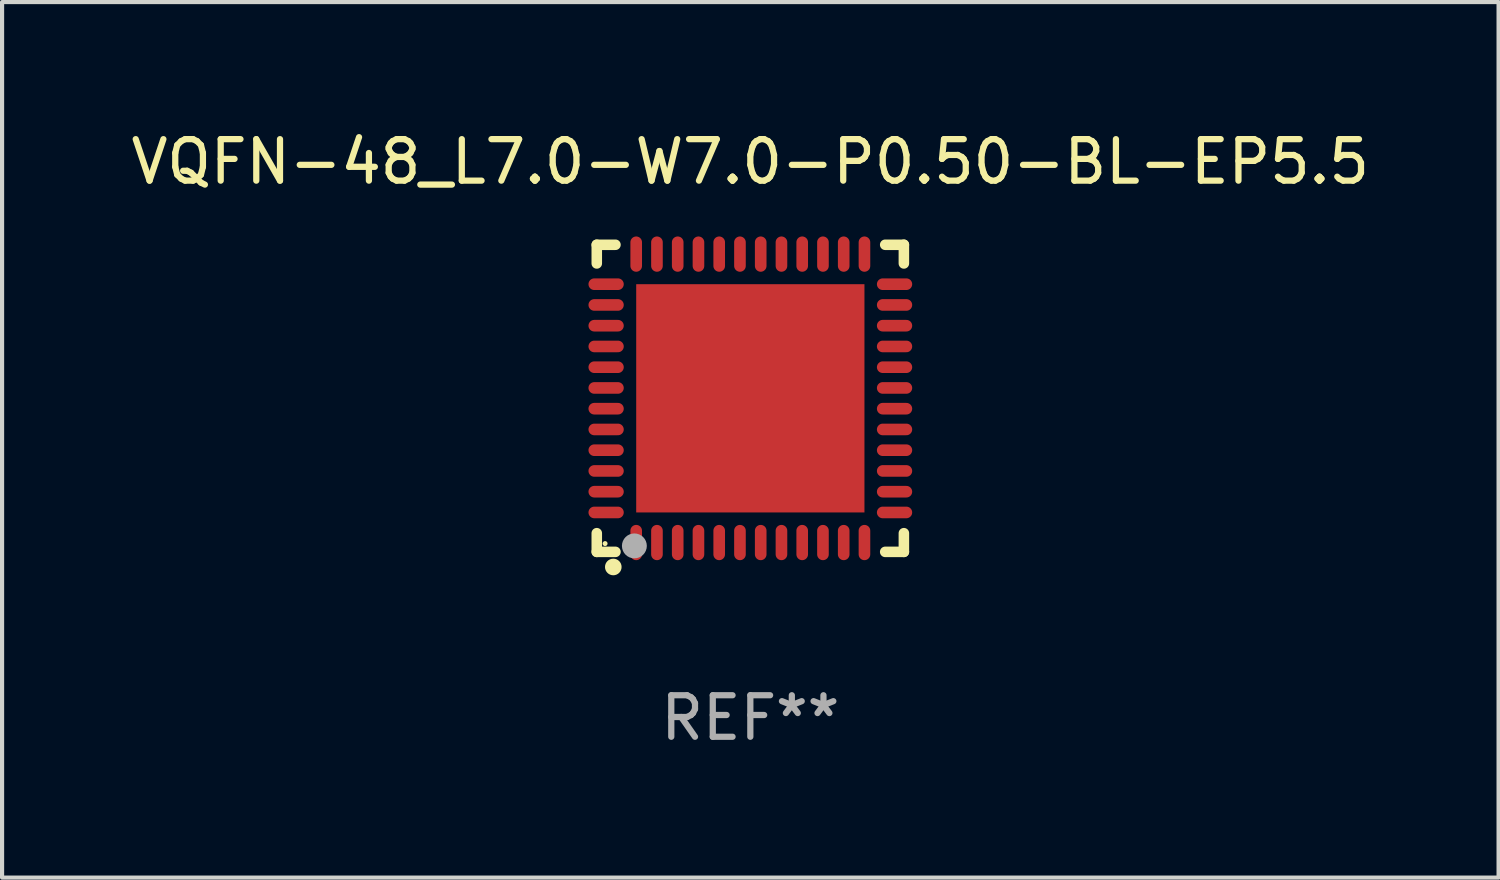
<source format=kicad_pcb>
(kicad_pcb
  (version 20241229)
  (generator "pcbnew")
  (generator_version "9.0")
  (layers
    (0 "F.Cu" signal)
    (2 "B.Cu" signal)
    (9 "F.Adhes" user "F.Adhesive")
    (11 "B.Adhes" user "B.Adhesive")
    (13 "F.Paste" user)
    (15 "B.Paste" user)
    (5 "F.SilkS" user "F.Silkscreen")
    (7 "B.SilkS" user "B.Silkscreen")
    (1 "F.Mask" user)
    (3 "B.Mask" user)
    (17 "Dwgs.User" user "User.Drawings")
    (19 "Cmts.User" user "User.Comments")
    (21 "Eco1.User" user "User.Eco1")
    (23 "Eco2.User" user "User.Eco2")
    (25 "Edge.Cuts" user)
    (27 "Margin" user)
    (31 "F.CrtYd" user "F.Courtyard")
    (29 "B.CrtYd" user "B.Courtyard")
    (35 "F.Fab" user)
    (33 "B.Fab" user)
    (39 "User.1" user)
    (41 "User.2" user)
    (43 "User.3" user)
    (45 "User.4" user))
  (footprint "VQFN-48_L7.0-W7.0-P0.50-BL-EP5.5"
    (layer "F.Cu")
    (at 15.03 6.548)
    (property "Reference" "VQFN-48_L7.0-W7.0-P0.50-BL-EP5.5" (at 0.000102 -5.7 0) (layer "F.SilkS") (effects (font (size 1 1) (thickness 0.15))))
    (attr through_hole)
    (fp_line (start -3.7 -3.7) (end -3.25 -3.7) (stroke (width 0.254) (type solid)) (layer "F.SilkS"))
    (fp_line (start -3.7 -3.25) (end -3.7 -3.7) (stroke (width 0.254) (type solid)) (layer "F.SilkS"))
    (fp_line (start -3.7 3.7) (end -3.7 3.25) (stroke (width 0.254) (type solid)) (layer "F.SilkS"))
    (fp_line (start -3.25 3.7) (end -3.7 3.7) (stroke (width 0.254) (type solid)) (layer "F.SilkS"))
    (fp_line (start 3.25 3.7) (end 3.7 3.7) (stroke (width 0.254) (type solid)) (layer "F.SilkS"))
    (fp_line (start 3.7 -3.7) (end 3.25 -3.7) (stroke (width 0.254) (type solid)) (layer "F.SilkS"))
    (fp_line (start 3.7 -3.25) (end 3.7 -3.7) (stroke (width 0.254) (type solid)) (layer "F.SilkS"))
    (fp_line (start 3.7 3.7) (end 3.7 3.25) (stroke (width 0.254) (type solid)) (layer "F.SilkS"))
    (fp_circle (center -3.5 3.5) (end -3.47 3.5) (stroke (width 0.06) (type solid)) (fill no) (layer "F.SilkS"))
    (fp_circle (center -3.302 4.064) (end -3.202 4.064) (stroke (width 0.2) (type solid)) (fill no) (layer "F.SilkS"))
    (fp_circle (center -2.794 3.556) (end -2.644 3.556) (stroke (width 0.3) (type solid)) (fill no) (layer "F.Fab"))
    (fp_text user "REF**" (at 0.000102 7.7 0) (layer "F.Fab") (effects (font (size 1 1) (thickness 0.15))))
    (pad "1" smd oval (at -2.75 3.475) (size 0.28 0.85) (layers "F.Cu" "F.Mask" "F.Paste"))
    (pad "2" smd oval (at -2.25 3.475) (size 0.28 0.85) (layers "F.Cu" "F.Mask" "F.Paste"))
    (pad "3" smd oval (at -1.75 3.475) (size 0.28 0.85) (layers "F.Cu" "F.Mask" "F.Paste"))
    (pad "4" smd oval (at -1.25 3.475) (size 0.28 0.85) (layers "F.Cu" "F.Mask" "F.Paste"))
    (pad "5" smd oval (at -0.75 3.475) (size 0.28 0.85) (layers "F.Cu" "F.Mask" "F.Paste"))
    (pad "6" smd oval (at -0.25 3.475) (size 0.28 0.85) (layers "F.Cu" "F.Mask" "F.Paste"))
    (pad "7" smd oval (at 0.25 3.475) (size 0.28 0.85) (layers "F.Cu" "F.Mask" "F.Paste"))
    (pad "8" smd oval (at 0.75 3.475) (size 0.28 0.85) (layers "F.Cu" "F.Mask" "F.Paste"))
    (pad "9" smd oval (at 1.25 3.475) (size 0.28 0.85) (layers "F.Cu" "F.Mask" "F.Paste"))
    (pad "10" smd oval (at 1.75 3.475) (size 0.28 0.85) (layers "F.Cu" "F.Mask" "F.Paste"))
    (pad "11" smd oval (at 2.25 3.475) (size 0.28 0.85) (layers "F.Cu" "F.Mask" "F.Paste"))
    (pad "12" smd oval (at 2.75 3.475) (size 0.28 0.85) (layers "F.Cu" "F.Mask" "F.Paste"))
    (pad "13" smd oval (at 3.475 2.75) (size 0.85 0.28) (layers "F.Cu" "F.Mask" "F.Paste"))
    (pad "14" smd oval (at 3.475 2.25) (size 0.85 0.28) (layers "F.Cu" "F.Mask" "F.Paste"))
    (pad "15" smd oval (at 3.475 1.75) (size 0.85 0.28) (layers "F.Cu" "F.Mask" "F.Paste"))
    (pad "16" smd oval (at 3.475 1.25) (size 0.85 0.28) (layers "F.Cu" "F.Mask" "F.Paste"))
    (pad "17" smd oval (at 3.475 0.75) (size 0.85 0.28) (layers "F.Cu" "F.Mask" "F.Paste"))
    (pad "18" smd oval (at 3.475 0.25) (size 0.85 0.28) (layers "F.Cu" "F.Mask" "F.Paste"))
    (pad "19" smd oval (at 3.475 -0.25) (size 0.85 0.28) (layers "F.Cu" "F.Mask" "F.Paste"))
    (pad "20" smd oval (at 3.475 -0.75) (size 0.85 0.28) (layers "F.Cu" "F.Mask" "F.Paste"))
    (pad "21" smd oval (at 3.475 -1.25) (size 0.85 0.28) (layers "F.Cu" "F.Mask" "F.Paste"))
    (pad "22" smd oval (at 3.475 -1.75) (size 0.85 0.28) (layers "F.Cu" "F.Mask" "F.Paste"))
    (pad "23" smd oval (at 3.475 -2.25) (size 0.85 0.28) (layers "F.Cu" "F.Mask" "F.Paste"))
    (pad "24" smd oval (at 3.475 -2.75) (size 0.85 0.28) (layers "F.Cu" "F.Mask" "F.Paste"))
    (pad "25" smd oval (at 2.75 -3.475) (size 0.28 0.85) (layers "F.Cu" "F.Mask" "F.Paste"))
    (pad "26" smd oval (at 2.25 -3.475) (size 0.28 0.85) (layers "F.Cu" "F.Mask" "F.Paste"))
    (pad "27" smd oval (at 1.75 -3.475) (size 0.28 0.85) (layers "F.Cu" "F.Mask" "F.Paste"))
    (pad "28" smd oval (at 1.25 -3.475) (size 0.28 0.85) (layers "F.Cu" "F.Mask" "F.Paste"))
    (pad "29" smd oval (at 0.75 -3.475) (size 0.28 0.85) (layers "F.Cu" "F.Mask" "F.Paste"))
    (pad "30" smd oval (at 0.25 -3.475) (size 0.28 0.85) (layers "F.Cu" "F.Mask" "F.Paste"))
    (pad "31" smd oval (at -0.25 -3.475) (size 0.28 0.85) (layers "F.Cu" "F.Mask" "F.Paste"))
    (pad "32" smd oval (at -0.75 -3.475) (size 0.28 0.85) (layers "F.Cu" "F.Mask" "F.Paste"))
    (pad "33" smd oval (at -1.25 -3.475) (size 0.28 0.85) (layers "F.Cu" "F.Mask" "F.Paste"))
    (pad "34" smd oval (at -1.75 -3.475) (size 0.28 0.85) (layers "F.Cu" "F.Mask" "F.Paste"))
    (pad "35" smd oval (at -2.25 -3.475) (size 0.28 0.85) (layers "F.Cu" "F.Mask" "F.Paste"))
    (pad "36" smd oval (at -2.75 -3.475) (size 0.28 0.85) (layers "F.Cu" "F.Mask" "F.Paste"))
    (pad "37" smd oval (at -3.475 -2.75) (size 0.85 0.28) (layers "F.Cu" "F.Mask" "F.Paste"))
    (pad "38" smd oval (at -3.475 -2.25) (size 0.85 0.28) (layers "F.Cu" "F.Mask" "F.Paste"))
    (pad "39" smd oval (at -3.475 -1.75) (size 0.85 0.28) (layers "F.Cu" "F.Mask" "F.Paste"))
    (pad "40" smd oval (at -3.475 -1.25) (size 0.85 0.28) (layers "F.Cu" "F.Mask" "F.Paste"))
    (pad "41" smd oval (at -3.475 -0.75) (size 0.85 0.28) (layers "F.Cu" "F.Mask" "F.Paste"))
    (pad "42" smd oval (at -3.475 -0.25) (size 0.85 0.28) (layers "F.Cu" "F.Mask" "F.Paste"))
    (pad "43" smd oval (at -3.475 0.25) (size 0.85 0.28) (layers "F.Cu" "F.Mask" "F.Paste"))
    (pad "44" smd oval (at -3.475 0.75) (size 0.85 0.28) (layers "F.Cu" "F.Mask" "F.Paste"))
    (pad "45" smd oval (at -3.475 1.25) (size 0.85 0.28) (layers "F.Cu" "F.Mask" "F.Paste"))
    (pad "46" smd oval (at -3.475 1.75) (size 0.85 0.28) (layers "F.Cu" "F.Mask" "F.Paste"))
    (pad "47" smd oval (at -3.475 2.25) (size 0.85 0.28) (layers "F.Cu" "F.Mask" "F.Paste"))
    (pad "48" smd oval (at -3.475 2.75) (size 0.85 0.28) (layers "F.Cu" "F.Mask" "F.Paste"))
    (pad "49" smd rect (at 0 0) (size 5.5 5.5) (layers "F.Cu" "F.Mask" "F.Paste")))
  (gr_rect
    (start -3 -3)
    (end 33.06 18.097)
    (stroke (width 0.1) (type default))
    (fill no)
    (layer "Edge.Cuts")))
</source>
